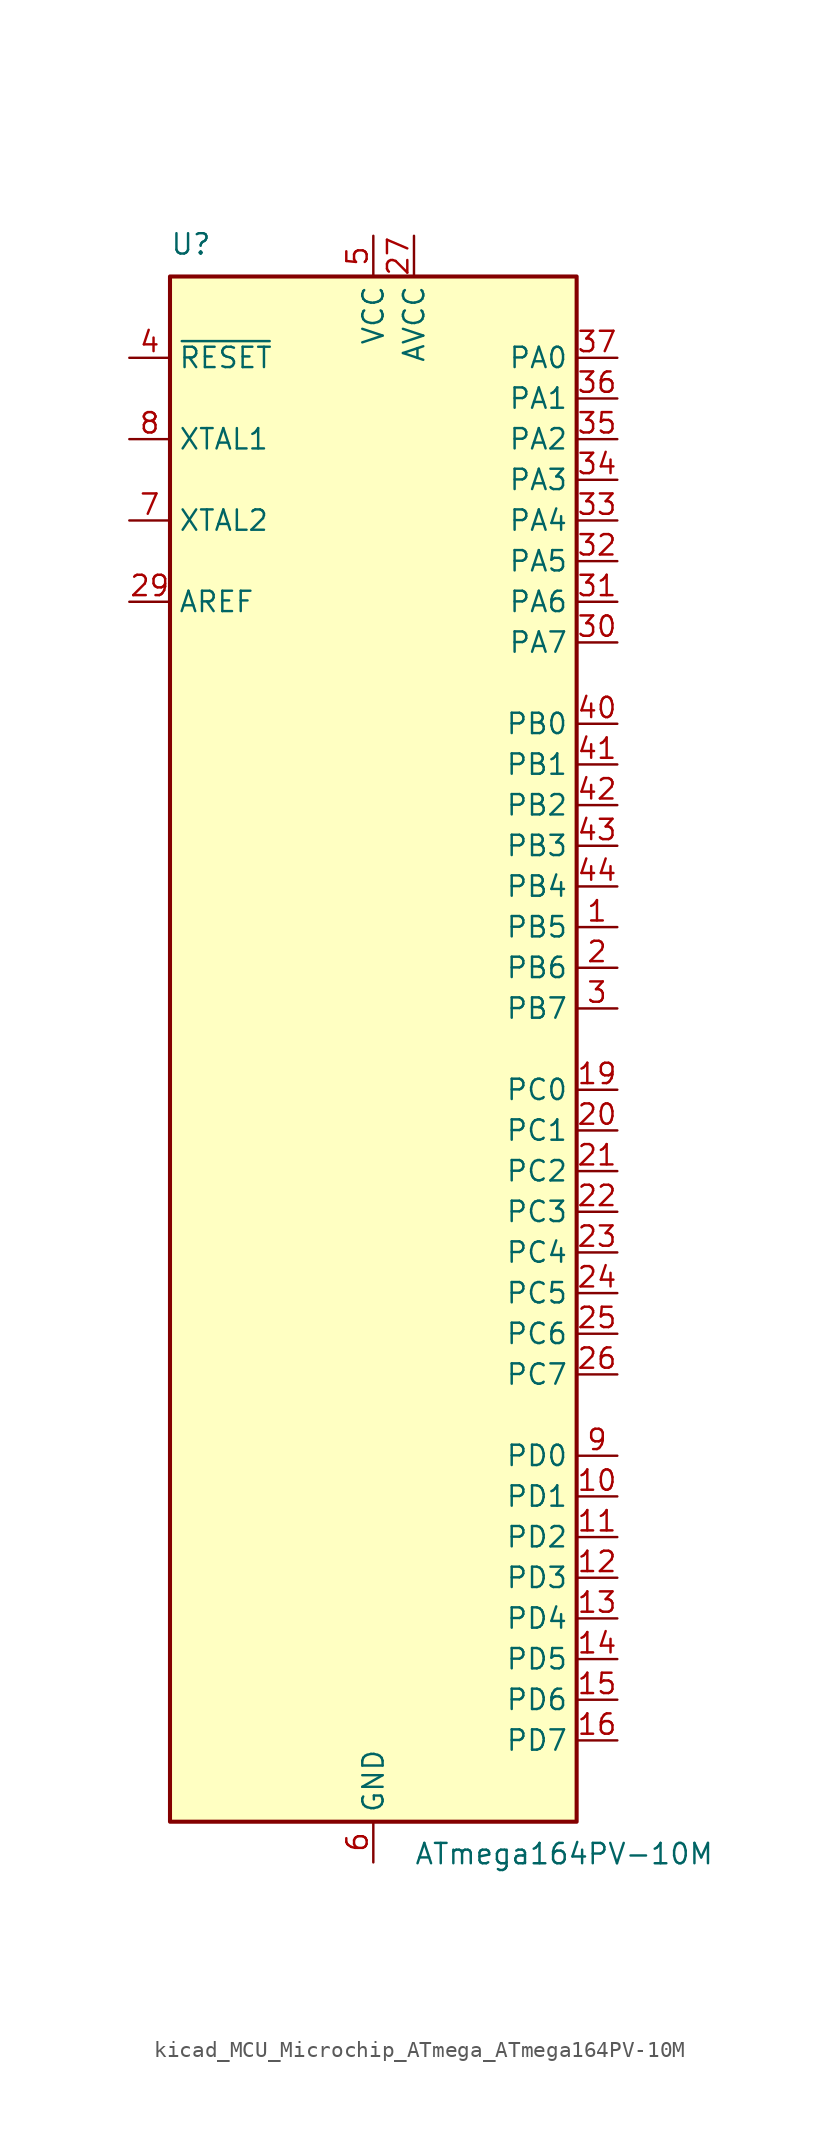
<source format=kicad_sym>
(kicad_symbol_lib
  (version 20220914)
  (generator kicad_symbol_editor)
  (symbol "kicad_MCU_Microchip_ATmega_ATmega164PV-10M"
    (property "Reference" "U"
      (at -12.7 49.53 0)
      (effects (font (size 1.27 1.27)) (justify left bottom)))
    (property "Value" "ATmega164PV-10M"
      (at 2.54 -49.53 0)
      (effects (font (size 1.27 1.27)) (justify left top)))
    (symbol "kicad_MCU_Microchip_ATmega_ATmega164PV-10M_0_1"
      (rectangle (start -12.7 -48.26) (end 12.7 48.26) (stroke (width 0.254) (type default)) (fill (type background))))
    (symbol "kicad_MCU_Microchip_ATmega_ATmega164PV-10M_1_1"
      (pin bidirectional line (at 15.24 7.62 180) (length 2.54) (name "PB5" (effects (font (size 1.27 1.27)))) (number "1" (effects (font (size 1.27 1.27)))))
      (pin bidirectional line (at 15.24 -27.94 180) (length 2.54) (name "PD1" (effects (font (size 1.27 1.27)))) (number "10" (effects (font (size 1.27 1.27)))))
      (pin bidirectional line (at 15.24 -30.48 180) (length 2.54) (name "PD2" (effects (font (size 1.27 1.27)))) (number "11" (effects (font (size 1.27 1.27)))))
      (pin bidirectional line (at 15.24 -33.02 180) (length 2.54) (name "PD3" (effects (font (size 1.27 1.27)))) (number "12" (effects (font (size 1.27 1.27)))))
      (pin bidirectional line (at 15.24 -35.56 180) (length 2.54) (name "PD4" (effects (font (size 1.27 1.27)))) (number "13" (effects (font (size 1.27 1.27)))))
      (pin bidirectional line (at 15.24 -38.1 180) (length 2.54) (name "PD5" (effects (font (size 1.27 1.27)))) (number "14" (effects (font (size 1.27 1.27)))))
      (pin bidirectional line (at 15.24 -40.64 180) (length 2.54) (name "PD6" (effects (font (size 1.27 1.27)))) (number "15" (effects (font (size 1.27 1.27)))))
      (pin bidirectional line (at 15.24 -43.18 180) (length 2.54) (name "PD7" (effects (font (size 1.27 1.27)))) (number "16" (effects (font (size 1.27 1.27)))))
      (pin passive line (at 0 50.8 270) (length 2.54) hide (name "VCC" (effects (font (size 1.27 1.27)))) (number "17" (effects (font (size 1.27 1.27)))))
      (pin passive line (at 0 -50.8 90) (length 2.54) hide (name "GND" (effects (font (size 1.27 1.27)))) (number "18" (effects (font (size 1.27 1.27)))))
      (pin bidirectional line (at 15.24 -2.54 180) (length 2.54) (name "PC0" (effects (font (size 1.27 1.27)))) (number "19" (effects (font (size 1.27 1.27)))))
      (pin bidirectional line (at 15.24 5.08 180) (length 2.54) (name "PB6" (effects (font (size 1.27 1.27)))) (number "2" (effects (font (size 1.27 1.27)))))
      (pin bidirectional line (at 15.24 -5.08 180) (length 2.54) (name "PC1" (effects (font (size 1.27 1.27)))) (number "20" (effects (font (size 1.27 1.27)))))
      (pin bidirectional line (at 15.24 -7.62 180) (length 2.54) (name "PC2" (effects (font (size 1.27 1.27)))) (number "21" (effects (font (size 1.27 1.27)))))
      (pin bidirectional line (at 15.24 -10.16 180) (length 2.54) (name "PC3" (effects (font (size 1.27 1.27)))) (number "22" (effects (font (size 1.27 1.27)))))
      (pin bidirectional line (at 15.24 -12.7 180) (length 2.54) (name "PC4" (effects (font (size 1.27 1.27)))) (number "23" (effects (font (size 1.27 1.27)))))
      (pin bidirectional line (at 15.24 -15.24 180) (length 2.54) (name "PC5" (effects (font (size 1.27 1.27)))) (number "24" (effects (font (size 1.27 1.27)))))
      (pin bidirectional line (at 15.24 -17.78 180) (length 2.54) (name "PC6" (effects (font (size 1.27 1.27)))) (number "25" (effects (font (size 1.27 1.27)))))
      (pin bidirectional line (at 15.24 -20.32 180) (length 2.54) (name "PC7" (effects (font (size 1.27 1.27)))) (number "26" (effects (font (size 1.27 1.27)))))
      (pin power_in line (at 2.54 50.8 270) (length 2.54) (name "AVCC" (effects (font (size 1.27 1.27)))) (number "27" (effects (font (size 1.27 1.27)))))
      (pin passive line (at 0 -50.8 90) (length 2.54) hide (name "GND" (effects (font (size 1.27 1.27)))) (number "28" (effects (font (size 1.27 1.27)))))
      (pin passive line (at -15.24 27.94 0) (length 2.54) (name "AREF" (effects (font (size 1.27 1.27)))) (number "29" (effects (font (size 1.27 1.27)))))
      (pin bidirectional line (at 15.24 2.54 180) (length 2.54) (name "PB7" (effects (font (size 1.27 1.27)))) (number "3" (effects (font (size 1.27 1.27)))))
      (pin bidirectional line (at 15.24 25.4 180) (length 2.54) (name "PA7" (effects (font (size 1.27 1.27)))) (number "30" (effects (font (size 1.27 1.27)))))
      (pin bidirectional line (at 15.24 27.94 180) (length 2.54) (name "PA6" (effects (font (size 1.27 1.27)))) (number "31" (effects (font (size 1.27 1.27)))))
      (pin bidirectional line (at 15.24 30.48 180) (length 2.54) (name "PA5" (effects (font (size 1.27 1.27)))) (number "32" (effects (font (size 1.27 1.27)))))
      (pin bidirectional line (at 15.24 33.02 180) (length 2.54) (name "PA4" (effects (font (size 1.27 1.27)))) (number "33" (effects (font (size 1.27 1.27)))))
      (pin bidirectional line (at 15.24 35.56 180) (length 2.54) (name "PA3" (effects (font (size 1.27 1.27)))) (number "34" (effects (font (size 1.27 1.27)))))
      (pin bidirectional line (at 15.24 38.1 180) (length 2.54) (name "PA2" (effects (font (size 1.27 1.27)))) (number "35" (effects (font (size 1.27 1.27)))))
      (pin bidirectional line (at 15.24 40.64 180) (length 2.54) (name "PA1" (effects (font (size 1.27 1.27)))) (number "36" (effects (font (size 1.27 1.27)))))
      (pin bidirectional line (at 15.24 43.18 180) (length 2.54) (name "PA0" (effects (font (size 1.27 1.27)))) (number "37" (effects (font (size 1.27 1.27)))))
      (pin passive line (at 0 50.8 270) (length 2.54) hide (name "VCC" (effects (font (size 1.27 1.27)))) (number "38" (effects (font (size 1.27 1.27)))))
      (pin passive line (at 0 -50.8 90) (length 2.54) hide (name "GND" (effects (font (size 1.27 1.27)))) (number "39" (effects (font (size 1.27 1.27)))))
      (pin input line (at -15.24 43.18 0) (length 2.54) (name "~{RESET}" (effects (font (size 1.27 1.27)))) (number "4" (effects (font (size 1.27 1.27)))))
      (pin bidirectional line (at 15.24 20.32 180) (length 2.54) (name "PB0" (effects (font (size 1.27 1.27)))) (number "40" (effects (font (size 1.27 1.27)))))
      (pin bidirectional line (at 15.24 17.78 180) (length 2.54) (name "PB1" (effects (font (size 1.27 1.27)))) (number "41" (effects (font (size 1.27 1.27)))))
      (pin bidirectional line (at 15.24 15.24 180) (length 2.54) (name "PB2" (effects (font (size 1.27 1.27)))) (number "42" (effects (font (size 1.27 1.27)))))
      (pin bidirectional line (at 15.24 12.7 180) (length 2.54) (name "PB3" (effects (font (size 1.27 1.27)))) (number "43" (effects (font (size 1.27 1.27)))))
      (pin bidirectional line (at 15.24 10.16 180) (length 2.54) (name "PB4" (effects (font (size 1.27 1.27)))) (number "44" (effects (font (size 1.27 1.27)))))
      (pin passive line (at 0 -50.8 90) (length 2.54) hide (name "GND" (effects (font (size 1.27 1.27)))) (number "45" (effects (font (size 1.27 1.27)))))
      (pin power_in line (at 0 50.8 270) (length 2.54) (name "VCC" (effects (font (size 1.27 1.27)))) (number "5" (effects (font (size 1.27 1.27)))))
      (pin power_in line (at 0 -50.8 90) (length 2.54) (name "GND" (effects (font (size 1.27 1.27)))) (number "6" (effects (font (size 1.27 1.27)))))
      (pin output line (at -15.24 33.02 0) (length 2.54) (name "XTAL2" (effects (font (size 1.27 1.27)))) (number "7" (effects (font (size 1.27 1.27)))))
      (pin input line (at -15.24 38.1 0) (length 2.54) (name "XTAL1" (effects (font (size 1.27 1.27)))) (number "8" (effects (font (size 1.27 1.27)))))
      (pin bidirectional line (at 15.24 -25.4 180) (length 2.54) (name "PD0" (effects (font (size 1.27 1.27)))) (number "9" (effects (font (size 1.27 1.27))))))))
</source>
